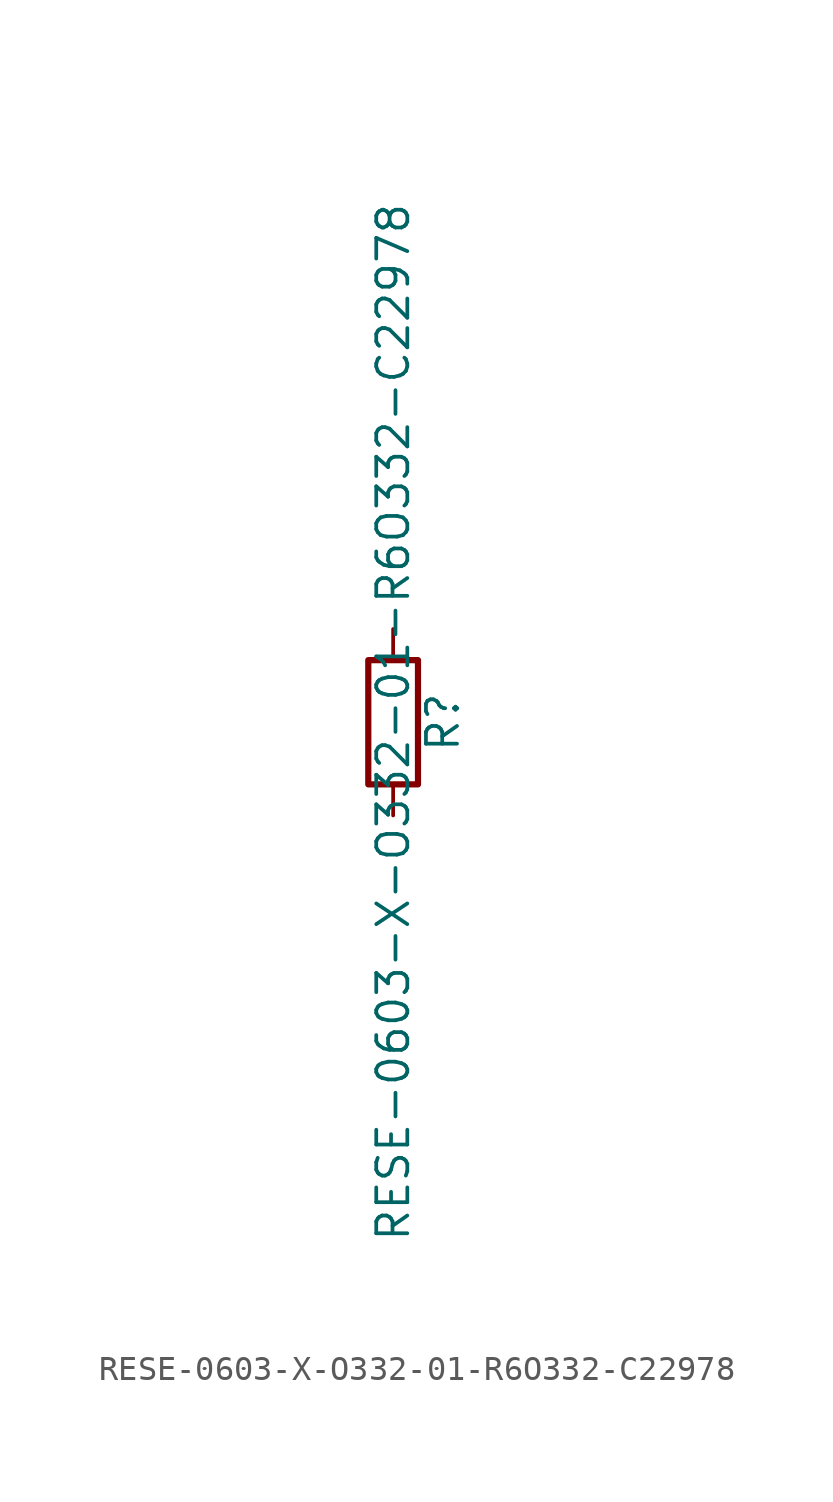
<source format=kicad_sym>
(kicad_symbol_lib
  (version 20211014)
  (generator kicad_symbol_editor)
  (symbol "RESE-0603-X-O332-01-R6O332-C22978"
    (pin_numbers hide)
    (pin_names
      (offset 0))
    (property "Reference" "R"
      (at 2.032 0 90)
      (effects (font (size 1.27 1.27))))
    (property "Value" "RESE-0603-X-O332-01-R6O332-C22978"
      (at 0 0 90)
      (effects (font (size 1.27 1.27))))
    (symbol "RESE-0603-X-O332-01-R6O332-C22978_0_1"
      (rectangle (start -1.016 -2.54) (end 1.016 2.54) (stroke (width 0.254) (type default) (color 0 0 0 0)) (fill (type none))))
    (symbol "RESE-0603-X-O332-01-R6O332-C22978_1_1"
      (pin passive line (at 0 3.81 270) (length 1.27) (name "~" (effects (font (size 1.27 1.27)))) (number "1" (effects (font (size 1.27 1.27)))))
      (pin passive line (at 0 -3.81 90) (length 1.27) (name "~" (effects (font (size 1.27 1.27)))) (number "2" (effects (font (size 1.27 1.27))))))))
</source>
